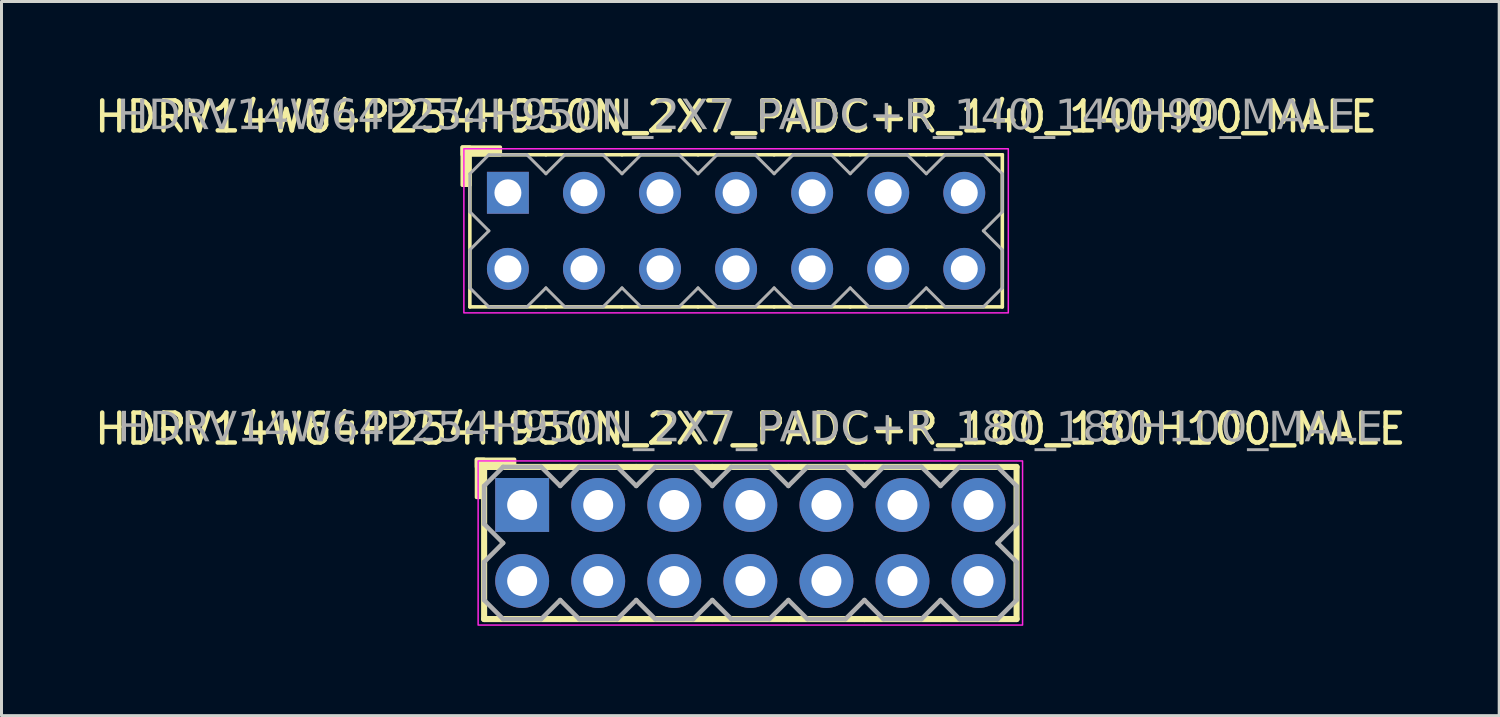
<source format=kicad_pcb>
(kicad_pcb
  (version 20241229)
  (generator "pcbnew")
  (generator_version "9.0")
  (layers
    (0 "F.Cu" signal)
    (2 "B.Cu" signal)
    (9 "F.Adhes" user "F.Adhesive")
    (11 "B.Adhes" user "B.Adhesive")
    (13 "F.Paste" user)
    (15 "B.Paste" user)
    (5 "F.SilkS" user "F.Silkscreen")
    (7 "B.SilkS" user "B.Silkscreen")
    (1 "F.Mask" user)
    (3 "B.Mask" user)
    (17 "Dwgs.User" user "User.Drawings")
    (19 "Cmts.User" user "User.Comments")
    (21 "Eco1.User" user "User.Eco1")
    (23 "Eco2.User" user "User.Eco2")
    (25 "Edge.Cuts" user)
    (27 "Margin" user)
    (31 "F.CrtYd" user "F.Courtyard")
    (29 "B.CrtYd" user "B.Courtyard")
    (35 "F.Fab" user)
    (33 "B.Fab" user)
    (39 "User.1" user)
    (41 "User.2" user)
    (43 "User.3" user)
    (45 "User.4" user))
  (footprint "HDRV14W64P254H950N_2X7_PADC+R_140_140H90_MALE"
    (layer "F.Cu")
    (at 21.53 4.658)
    (property "Reference" "HDRV14W64P254H950N_2X7_PADC+R_140_140H90_MALE" (at 0 -3.81 0) (layer "F.SilkS") (effects (font (size 1 1) (thickness 0.15))))
    (attr through_hole)
    (fp_line (start -8.89 2.54) (end -8.89 -2.54) (stroke (width 0.12) (type solid)) (layer "F.SilkS"))
    (fp_line (start -6.35 -2.54) (end -8.89 -2.54) (stroke (width 0.12) (type solid)) (layer "F.SilkS"))
    (fp_line (start -6.35 2.54) (end -8.89 2.54) (stroke (width 0.12) (type solid)) (layer "F.SilkS"))
    (fp_line (start -3.81 -2.54) (end -6.35 -2.54) (stroke (width 0.12) (type solid)) (layer "F.SilkS"))
    (fp_line (start -3.81 2.54) (end -6.35 2.54) (stroke (width 0.12) (type solid)) (layer "F.SilkS"))
    (fp_line (start -1.27 -2.54) (end -3.81 -2.54) (stroke (width 0.12) (type solid)) (layer "F.SilkS"))
    (fp_line (start -1.27 2.54) (end -3.81 2.54) (stroke (width 0.12) (type solid)) (layer "F.SilkS"))
    (fp_line (start 1.27 -2.54) (end -1.27 -2.54) (stroke (width 0.12) (type solid)) (layer "F.SilkS"))
    (fp_line (start 1.27 2.54) (end -1.27 2.54) (stroke (width 0.12) (type solid)) (layer "F.SilkS"))
    (fp_line (start 3.81 -2.54) (end 1.27 -2.54) (stroke (width 0.12) (type solid)) (layer "F.SilkS"))
    (fp_line (start 3.81 2.54) (end 1.27 2.54) (stroke (width 0.12) (type solid)) (layer "F.SilkS"))
    (fp_line (start 6.35 -2.54) (end 3.81 -2.54) (stroke (width 0.12) (type solid)) (layer "F.SilkS"))
    (fp_line (start 6.35 2.54) (end 3.81 2.54) (stroke (width 0.12) (type solid)) (layer "F.SilkS"))
    (fp_line (start 8.89 -2.54) (end 6.35 -2.54) (stroke (width 0.12) (type solid)) (layer "F.SilkS"))
    (fp_line (start 8.89 2.54) (end 6.35 2.54) (stroke (width 0.12) (type solid)) (layer "F.SilkS"))
    (fp_line (start 8.89 2.54) (end 8.89 -2.54) (stroke (width 0.12) (type solid)) (layer "F.SilkS"))
    (fp_rect (start -9.144 -1.524) (end -8.89 -2.794) (stroke (width 0.12) (type solid)) (fill yes) (layer "F.SilkS"))
    (fp_rect (start -7.874 -2.54) (end -9.144 -2.794) (stroke (width 0.12) (type solid)) (fill yes) (layer "F.SilkS"))
    (fp_rect (start -9.09 -2.74) (end 9.09 2.74) (stroke (width 0.05) (type default)) (fill no) (layer "F.CrtYd"))
    (fp_line (start -8.89 -1.905) (end -8.89 -0.635) (stroke (width 0.1) (type solid)) (layer "F.Fab"))
    (fp_line (start -8.89 -1.905) (end -8.255 -2.54) (stroke (width 0.1) (type solid)) (layer "F.Fab"))
    (fp_line (start -8.89 0.635) (end -8.89 1.905) (stroke (width 0.1) (type solid)) (layer "F.Fab"))
    (fp_line (start -8.255 -2.54) (end -6.985 -2.54) (stroke (width 0.1) (type solid)) (layer "F.Fab"))
    (fp_line (start -8.255 0) (end -8.89 -0.635) (stroke (width 0.1) (type solid)) (layer "F.Fab"))
    (fp_line (start -8.255 0) (end -8.89 0.635) (stroke (width 0.1) (type solid)) (layer "F.Fab"))
    (fp_line (start -8.255 2.54) (end -8.89 1.905) (stroke (width 0.1) (type solid)) (layer "F.Fab"))
    (fp_line (start -6.985 -2.54) (end -6.35 -1.905) (stroke (width 0.1) (type solid)) (layer "F.Fab"))
    (fp_line (start -6.985 2.54) (end -8.255 2.54) (stroke (width 0.1) (type solid)) (layer "F.Fab"))
    (fp_line (start -6.35 -1.905) (end -5.715 -2.54) (stroke (width 0.1) (type solid)) (layer "F.Fab"))
    (fp_line (start -6.35 1.905) (end -6.985 2.54) (stroke (width 0.1) (type solid)) (layer "F.Fab"))
    (fp_line (start -5.715 -2.54) (end -4.445 -2.54) (stroke (width 0.1) (type solid)) (layer "F.Fab"))
    (fp_line (start -5.715 2.54) (end -6.35 1.905) (stroke (width 0.1) (type solid)) (layer "F.Fab"))
    (fp_line (start -4.445 -2.54) (end -3.81 -1.905) (stroke (width 0.1) (type solid)) (layer "F.Fab"))
    (fp_line (start -4.445 2.54) (end -5.715 2.54) (stroke (width 0.1) (type solid)) (layer "F.Fab"))
    (fp_line (start -3.81 -1.905) (end -3.175 -2.54) (stroke (width 0.1) (type solid)) (layer "F.Fab"))
    (fp_line (start -3.81 1.905) (end -4.445 2.54) (stroke (width 0.1) (type solid)) (layer "F.Fab"))
    (fp_line (start -3.175 -2.54) (end -1.905 -2.54) (stroke (width 0.1) (type solid)) (layer "F.Fab"))
    (fp_line (start -3.175 2.54) (end -3.81 1.905) (stroke (width 0.1) (type solid)) (layer "F.Fab"))
    (fp_line (start -1.905 -2.54) (end -1.27 -1.905) (stroke (width 0.1) (type solid)) (layer "F.Fab"))
    (fp_line (start -1.905 2.54) (end -3.175 2.54) (stroke (width 0.1) (type solid)) (layer "F.Fab"))
    (fp_line (start -1.27 -1.905) (end -0.635 -2.54) (stroke (width 0.1) (type solid)) (layer "F.Fab"))
    (fp_line (start -1.27 1.905) (end -1.905 2.54) (stroke (width 0.1) (type solid)) (layer "F.Fab"))
    (fp_line (start -0.635 -2.54) (end 0.635 -2.54) (stroke (width 0.1) (type solid)) (layer "F.Fab"))
    (fp_line (start -0.635 2.54) (end -1.27 1.905) (stroke (width 0.1) (type solid)) (layer "F.Fab"))
    (fp_line (start 0.635 -2.54) (end 1.27 -1.905) (stroke (width 0.1) (type solid)) (layer "F.Fab"))
    (fp_line (start 0.635 2.54) (end -0.635 2.54) (stroke (width 0.1) (type solid)) (layer "F.Fab"))
    (fp_line (start 1.27 -1.905) (end 1.905 -2.54) (stroke (width 0.1) (type solid)) (layer "F.Fab"))
    (fp_line (start 1.27 1.905) (end 0.635 2.54) (stroke (width 0.1) (type solid)) (layer "F.Fab"))
    (fp_line (start 1.905 -2.54) (end 3.175 -2.54) (stroke (width 0.1) (type solid)) (layer "F.Fab"))
    (fp_line (start 1.905 2.54) (end 1.27 1.905) (stroke (width 0.1) (type solid)) (layer "F.Fab"))
    (fp_line (start 3.175 -2.54) (end 3.81 -1.905) (stroke (width 0.1) (type solid)) (layer "F.Fab"))
    (fp_line (start 3.175 2.54) (end 1.905 2.54) (stroke (width 0.1) (type solid)) (layer "F.Fab"))
    (fp_line (start 3.81 -1.905) (end 4.445 -2.54) (stroke (width 0.1) (type solid)) (layer "F.Fab"))
    (fp_line (start 3.81 1.905) (end 3.175 2.54) (stroke (width 0.1) (type solid)) (layer "F.Fab"))
    (fp_line (start 4.445 -2.54) (end 5.715 -2.54) (stroke (width 0.1) (type solid)) (layer "F.Fab"))
    (fp_line (start 4.445 2.54) (end 3.81 1.905) (stroke (width 0.1) (type solid)) (layer "F.Fab"))
    (fp_line (start 5.715 -2.54) (end 6.35 -1.905) (stroke (width 0.1) (type solid)) (layer "F.Fab"))
    (fp_line (start 5.715 2.54) (end 4.445 2.54) (stroke (width 0.1) (type solid)) (layer "F.Fab"))
    (fp_line (start 6.35 -1.905) (end 6.985 -2.54) (stroke (width 0.1) (type solid)) (layer "F.Fab"))
    (fp_line (start 6.35 1.905) (end 5.715 2.54) (stroke (width 0.1) (type solid)) (layer "F.Fab"))
    (fp_line (start 6.985 -2.54) (end 8.255 -2.54) (stroke (width 0.1) (type solid)) (layer "F.Fab"))
    (fp_line (start 6.985 2.54) (end 6.35 1.905) (stroke (width 0.1) (type solid)) (layer "F.Fab"))
    (fp_line (start 8.255 -2.54) (end 8.89 -1.905) (stroke (width 0.1) (type solid)) (layer "F.Fab"))
    (fp_line (start 8.255 0) (end 8.89 0.635) (stroke (width 0.1) (type solid)) (layer "F.Fab"))
    (fp_line (start 8.255 2.54) (end 6.985 2.54) (stroke (width 0.1) (type solid)) (layer "F.Fab"))
    (fp_line (start 8.89 -1.905) (end 8.89 -0.635) (stroke (width 0.1) (type solid)) (layer "F.Fab"))
    (fp_line (start 8.89 -0.635) (end 8.255 0) (stroke (width 0.1) (type solid)) (layer "F.Fab"))
    (fp_line (start 8.89 0.635) (end 8.89 1.905) (stroke (width 0.1) (type solid)) (layer "F.Fab"))
    (fp_line (start 8.89 1.905) (end 8.255 2.54) (stroke (width 0.1) (type solid)) (layer "F.Fab"))
    (fp_rect (start -7.366 -1.524) (end -7.874 -1.016) (stroke (width 0.1) (type solid)) (fill no) (layer "F.Fab"))
    (fp_rect (start -7.366 1.016) (end -7.874 1.524) (stroke (width 0.1) (type solid)) (fill no) (layer "F.Fab"))
    (fp_rect (start -4.826 -1.524) (end -5.334 -1.016) (stroke (width 0.1) (type solid)) (fill no) (layer "F.Fab"))
    (fp_rect (start -4.826 1.016) (end -5.334 1.524) (stroke (width 0.1) (type solid)) (fill no) (layer "F.Fab"))
    (fp_rect (start -2.286 -1.524) (end -2.794 -1.016) (stroke (width 0.1) (type solid)) (fill no) (layer "F.Fab"))
    (fp_rect (start -2.286 1.016) (end -2.794 1.524) (stroke (width 0.1) (type solid)) (fill no) (layer "F.Fab"))
    (fp_rect (start 0.254 -1.524) (end -0.254 -1.016) (stroke (width 0.1) (type solid)) (fill no) (layer "F.Fab"))
    (fp_rect (start 0.254 1.016) (end -0.254 1.524) (stroke (width 0.1) (type solid)) (fill no) (layer "F.Fab"))
    (fp_rect (start 2.794 -1.524) (end 2.286 -1.016) (stroke (width 0.1) (type solid)) (fill no) (layer "F.Fab"))
    (fp_rect (start 2.794 1.016) (end 2.286 1.524) (stroke (width 0.1) (type solid)) (fill no) (layer "F.Fab"))
    (fp_rect (start 5.334 -1.524) (end 4.826 -1.016) (stroke (width 0.1) (type solid)) (fill no) (layer "F.Fab"))
    (fp_rect (start 5.334 1.016) (end 4.826 1.524) (stroke (width 0.1) (type solid)) (fill no) (layer "F.Fab"))
    (fp_rect (start 7.874 -1.524) (end 7.366 -1.016) (stroke (width 0.1) (type solid)) (fill no) (layer "F.Fab"))
    (fp_rect (start 7.874 1.016) (end 7.366 1.524) (stroke (width 0.1) (type solid)) (fill no) (layer "F.Fab"))
    (fp_text user "${REFERENCE}" (at 0 -3.81 0) (layer "F.Fab") (effects (font (face "Tahoma") (size 1 1) (thickness 0.15))))
    (pad "1" thru_hole rect (at -7.62 -1.27) (size 1.4 1.4) (drill 0.9) (layers "*.Cu" "*.Mask"))
    (pad "2" thru_hole circle (at -7.62 1.27) (size 1.4 1.4) (drill 0.9) (layers "*.Cu" "*.Mask"))
    (pad "3" thru_hole circle (at -5.08 -1.27) (size 1.4 1.4) (drill 0.9) (layers "*.Cu" "*.Mask"))
    (pad "4" thru_hole circle (at -5.08 1.27) (size 1.4 1.4) (drill 0.9) (layers "*.Cu" "*.Mask"))
    (pad "5" thru_hole circle (at -2.54 -1.27) (size 1.4 1.4) (drill 0.9) (layers "*.Cu" "*.Mask"))
    (pad "6" thru_hole circle (at -2.54 1.27) (size 1.4 1.4) (drill 0.9) (layers "*.Cu" "*.Mask"))
    (pad "7" thru_hole circle (at 0 -1.27) (size 1.4 1.4) (drill 0.9) (layers "*.Cu" "*.Mask"))
    (pad "8" thru_hole circle (at 0 1.27) (size 1.4 1.4) (drill 0.9) (layers "*.Cu" "*.Mask"))
    (pad "9" thru_hole circle (at 2.54 -1.27) (size 1.4 1.4) (drill 0.9) (layers "*.Cu" "*.Mask"))
    (pad "10" thru_hole circle (at 2.54 1.27) (size 1.4 1.4) (drill 0.9) (layers "*.Cu" "*.Mask"))
    (pad "11" thru_hole circle (at 5.08 -1.27) (size 1.4 1.4) (drill 0.9) (layers "*.Cu" "*.Mask"))
    (pad "12" thru_hole circle (at 5.08 1.27) (size 1.4 1.4) (drill 0.9) (layers "*.Cu" "*.Mask"))
    (pad "13" thru_hole circle (at 7.62 -1.27) (size 1.4 1.4) (drill 0.9) (layers "*.Cu" "*.Mask"))
    (pad "14" thru_hole circle (at 7.62 1.27) (size 1.4 1.4) (drill 0.9) (layers "*.Cu" "*.Mask")))
  (footprint "HDRV14W64P254H950N_2X7_PADC+R_180_180H100_MALE"
    (layer "F.Cu")
    (at 22.006 15.082)
    (property "Reference" "HDRV14W64P254H950N_2X7_PADC+R_180_180H100_MALE" (at 0 -3.81 0) (layer "F.SilkS") (effects (font (size 1 1) (thickness 0.15))))
    (attr through_hole)
    (fp_line (start -8.89 2.54) (end -8.89 -2.54) (stroke (width 0.203) (type solid)) (layer "F.SilkS"))
    (fp_line (start -6.35 -2.54) (end -8.89 -2.54) (stroke (width 0.203) (type solid)) (layer "F.SilkS"))
    (fp_line (start -6.35 2.54) (end -8.89 2.54) (stroke (width 0.203) (type solid)) (layer "F.SilkS"))
    (fp_line (start -3.81 -2.54) (end -6.35 -2.54) (stroke (width 0.203) (type solid)) (layer "F.SilkS"))
    (fp_line (start -3.81 2.54) (end -6.35 2.54) (stroke (width 0.203) (type solid)) (layer "F.SilkS"))
    (fp_line (start -1.27 -2.54) (end -3.81 -2.54) (stroke (width 0.203) (type solid)) (layer "F.SilkS"))
    (fp_line (start -1.27 2.54) (end -3.81 2.54) (stroke (width 0.203) (type solid)) (layer "F.SilkS"))
    (fp_line (start 1.27 -2.54) (end -1.27 -2.54) (stroke (width 0.203) (type solid)) (layer "F.SilkS"))
    (fp_line (start 1.27 2.54) (end -1.27 2.54) (stroke (width 0.203) (type solid)) (layer "F.SilkS"))
    (fp_line (start 3.81 -2.54) (end 1.27 -2.54) (stroke (width 0.203) (type solid)) (layer "F.SilkS"))
    (fp_line (start 3.81 2.54) (end 1.27 2.54) (stroke (width 0.203) (type solid)) (layer "F.SilkS"))
    (fp_line (start 6.35 -2.54) (end 3.81 -2.54) (stroke (width 0.203) (type solid)) (layer "F.SilkS"))
    (fp_line (start 6.35 2.54) (end 3.81 2.54) (stroke (width 0.203) (type solid)) (layer "F.SilkS"))
    (fp_line (start 8.89 -2.54) (end 6.35 -2.54) (stroke (width 0.203) (type solid)) (layer "F.SilkS"))
    (fp_line (start 8.89 2.54) (end 6.35 2.54) (stroke (width 0.203) (type solid)) (layer "F.SilkS"))
    (fp_line (start 8.89 2.54) (end 8.89 -2.54) (stroke (width 0.203) (type solid)) (layer "F.SilkS"))
    (fp_rect (start -9.144 -1.524) (end -8.89 -2.794) (stroke (width 0.12) (type solid)) (fill yes) (layer "F.SilkS"))
    (fp_rect (start -7.874 -2.54) (end -9.144 -2.794) (stroke (width 0.12) (type solid)) (fill yes) (layer "F.SilkS"))
    (fp_rect (start -9.09 -2.74) (end 9.09 2.74) (stroke (width 0.05) (type default)) (fill no) (layer "F.CrtYd"))
    (fp_line (start -8.89 -1.905) (end -8.89 -0.635) (stroke (width 0.152) (type solid)) (layer "F.Fab"))
    (fp_line (start -8.89 -1.905) (end -8.255 -2.54) (stroke (width 0.152) (type solid)) (layer "F.Fab"))
    (fp_line (start -8.89 0.635) (end -8.89 1.905) (stroke (width 0.152) (type solid)) (layer "F.Fab"))
    (fp_line (start -8.255 -2.54) (end -6.985 -2.54) (stroke (width 0.152) (type solid)) (layer "F.Fab"))
    (fp_line (start -8.255 0) (end -8.89 -0.635) (stroke (width 0.152) (type solid)) (layer "F.Fab"))
    (fp_line (start -8.255 0) (end -8.89 0.635) (stroke (width 0.152) (type solid)) (layer "F.Fab"))
    (fp_line (start -8.255 2.54) (end -8.89 1.905) (stroke (width 0.152) (type solid)) (layer "F.Fab"))
    (fp_line (start -6.985 -2.54) (end -6.35 -1.905) (stroke (width 0.152) (type solid)) (layer "F.Fab"))
    (fp_line (start -6.985 2.54) (end -8.255 2.54) (stroke (width 0.152) (type solid)) (layer "F.Fab"))
    (fp_line (start -6.35 -1.905) (end -5.715 -2.54) (stroke (width 0.152) (type solid)) (layer "F.Fab"))
    (fp_line (start -6.35 1.905) (end -6.985 2.54) (stroke (width 0.152) (type solid)) (layer "F.Fab"))
    (fp_line (start -5.715 -2.54) (end -4.445 -2.54) (stroke (width 0.152) (type solid)) (layer "F.Fab"))
    (fp_line (start -5.715 2.54) (end -6.35 1.905) (stroke (width 0.152) (type solid)) (layer "F.Fab"))
    (fp_line (start -4.445 -2.54) (end -3.81 -1.905) (stroke (width 0.152) (type solid)) (layer "F.Fab"))
    (fp_line (start -4.445 2.54) (end -5.715 2.54) (stroke (width 0.152) (type solid)) (layer "F.Fab"))
    (fp_line (start -3.81 -1.905) (end -3.175 -2.54) (stroke (width 0.152) (type solid)) (layer "F.Fab"))
    (fp_line (start -3.81 1.905) (end -4.445 2.54) (stroke (width 0.152) (type solid)) (layer "F.Fab"))
    (fp_line (start -3.175 -2.54) (end -1.905 -2.54) (stroke (width 0.152) (type solid)) (layer "F.Fab"))
    (fp_line (start -3.175 2.54) (end -3.81 1.905) (stroke (width 0.152) (type solid)) (layer "F.Fab"))
    (fp_line (start -1.905 -2.54) (end -1.27 -1.905) (stroke (width 0.152) (type solid)) (layer "F.Fab"))
    (fp_line (start -1.905 2.54) (end -3.175 2.54) (stroke (width 0.152) (type solid)) (layer "F.Fab"))
    (fp_line (start -1.27 -1.905) (end -0.635 -2.54) (stroke (width 0.152) (type solid)) (layer "F.Fab"))
    (fp_line (start -1.27 1.905) (end -1.905 2.54) (stroke (width 0.152) (type solid)) (layer "F.Fab"))
    (fp_line (start -0.635 -2.54) (end 0.635 -2.54) (stroke (width 0.152) (type solid)) (layer "F.Fab"))
    (fp_line (start -0.635 2.54) (end -1.27 1.905) (stroke (width 0.152) (type solid)) (layer "F.Fab"))
    (fp_line (start 0.635 -2.54) (end 1.27 -1.905) (stroke (width 0.152) (type solid)) (layer "F.Fab"))
    (fp_line (start 0.635 2.54) (end -0.635 2.54) (stroke (width 0.152) (type solid)) (layer "F.Fab"))
    (fp_line (start 1.27 -1.905) (end 1.905 -2.54) (stroke (width 0.152) (type solid)) (layer "F.Fab"))
    (fp_line (start 1.27 1.905) (end 0.635 2.54) (stroke (width 0.152) (type solid)) (layer "F.Fab"))
    (fp_line (start 1.905 -2.54) (end 3.175 -2.54) (stroke (width 0.152) (type solid)) (layer "F.Fab"))
    (fp_line (start 1.905 2.54) (end 1.27 1.905) (stroke (width 0.152) (type solid)) (layer "F.Fab"))
    (fp_line (start 3.175 -2.54) (end 3.81 -1.905) (stroke (width 0.152) (type solid)) (layer "F.Fab"))
    (fp_line (start 3.175 2.54) (end 1.905 2.54) (stroke (width 0.152) (type solid)) (layer "F.Fab"))
    (fp_line (start 3.81 -1.905) (end 4.445 -2.54) (stroke (width 0.152) (type solid)) (layer "F.Fab"))
    (fp_line (start 3.81 1.905) (end 3.175 2.54) (stroke (width 0.152) (type solid)) (layer "F.Fab"))
    (fp_line (start 4.445 -2.54) (end 5.715 -2.54) (stroke (width 0.152) (type solid)) (layer "F.Fab"))
    (fp_line (start 4.445 2.54) (end 3.81 1.905) (stroke (width 0.152) (type solid)) (layer "F.Fab"))
    (fp_line (start 5.715 -2.54) (end 6.35 -1.905) (stroke (width 0.152) (type solid)) (layer "F.Fab"))
    (fp_line (start 5.715 2.54) (end 4.445 2.54) (stroke (width 0.152) (type solid)) (layer "F.Fab"))
    (fp_line (start 6.35 -1.905) (end 6.985 -2.54) (stroke (width 0.152) (type solid)) (layer "F.Fab"))
    (fp_line (start 6.35 1.905) (end 5.715 2.54) (stroke (width 0.152) (type solid)) (layer "F.Fab"))
    (fp_line (start 6.985 -2.54) (end 8.255 -2.54) (stroke (width 0.152) (type solid)) (layer "F.Fab"))
    (fp_line (start 6.985 2.54) (end 6.35 1.905) (stroke (width 0.152) (type solid)) (layer "F.Fab"))
    (fp_line (start 8.255 -2.54) (end 8.89 -1.905) (stroke (width 0.152) (type solid)) (layer "F.Fab"))
    (fp_line (start 8.255 0) (end 8.89 0.635) (stroke (width 0.152) (type solid)) (layer "F.Fab"))
    (fp_line (start 8.255 2.54) (end 6.985 2.54) (stroke (width 0.152) (type solid)) (layer "F.Fab"))
    (fp_line (start 8.89 -1.905) (end 8.89 -0.635) (stroke (width 0.152) (type solid)) (layer "F.Fab"))
    (fp_line (start 8.89 -0.635) (end 8.255 0) (stroke (width 0.152) (type solid)) (layer "F.Fab"))
    (fp_line (start 8.89 0.635) (end 8.89 1.905) (stroke (width 0.152) (type solid)) (layer "F.Fab"))
    (fp_line (start 8.89 1.905) (end 8.255 2.54) (stroke (width 0.152) (type solid)) (layer "F.Fab"))
    (fp_rect (start -7.366 -1.524) (end -7.874 -1.016) (stroke (width 0.152) (type solid)) (fill no) (layer "F.Fab"))
    (fp_rect (start -7.366 1.016) (end -7.874 1.524) (stroke (width 0.152) (type solid)) (fill no) (layer "F.Fab"))
    (fp_rect (start -4.826 -1.524) (end -5.334 -1.016) (stroke (width 0.152) (type solid)) (fill no) (layer "F.Fab"))
    (fp_rect (start -4.826 1.016) (end -5.334 1.524) (stroke (width 0.152) (type solid)) (fill no) (layer "F.Fab"))
    (fp_rect (start -2.286 -1.524) (end -2.794 -1.016) (stroke (width 0.152) (type solid)) (fill no) (layer "F.Fab"))
    (fp_rect (start -2.286 1.016) (end -2.794 1.524) (stroke (width 0.152) (type solid)) (fill no) (layer "F.Fab"))
    (fp_rect (start 0.254 -1.524) (end -0.254 -1.016) (stroke (width 0.152) (type solid)) (fill no) (layer "F.Fab"))
    (fp_rect (start 0.254 1.016) (end -0.254 1.524) (stroke (width 0.152) (type solid)) (fill no) (layer "F.Fab"))
    (fp_rect (start 2.794 -1.524) (end 2.286 -1.016) (stroke (width 0.152) (type solid)) (fill no) (layer "F.Fab"))
    (fp_rect (start 2.794 1.016) (end 2.286 1.524) (stroke (width 0.152) (type solid)) (fill no) (layer "F.Fab"))
    (fp_rect (start 5.334 -1.524) (end 4.826 -1.016) (stroke (width 0.152) (type solid)) (fill no) (layer "F.Fab"))
    (fp_rect (start 5.334 1.016) (end 4.826 1.524) (stroke (width 0.152) (type solid)) (fill no) (layer "F.Fab"))
    (fp_rect (start 7.874 -1.524) (end 7.366 -1.016) (stroke (width 0.152) (type solid)) (fill no) (layer "F.Fab"))
    (fp_rect (start 7.874 1.016) (end 7.366 1.524) (stroke (width 0.152) (type solid)) (fill no) (layer "F.Fab"))
    (fp_text user "${REFERENCE}" (at 0 -3.81 0) (layer "F.Fab") (effects (font (face "Tahoma") (size 1 1) (thickness 0.15))))
    (pad "1" thru_hole rect (at -7.62 -1.27) (size 1.8 1.8) (drill 1) (layers "*.Cu" "*.Mask"))
    (pad "2" thru_hole circle (at -7.62 1.27) (size 1.8 1.8) (drill 1) (layers "*.Cu" "*.Mask"))
    (pad "3" thru_hole circle (at -5.08 -1.27) (size 1.8 1.8) (drill 1) (layers "*.Cu" "*.Mask"))
    (pad "4" thru_hole circle (at -5.08 1.27) (size 1.8 1.8) (drill 1) (layers "*.Cu" "*.Mask"))
    (pad "5" thru_hole circle (at -2.54 -1.27) (size 1.8 1.8) (drill 1) (layers "*.Cu" "*.Mask"))
    (pad "6" thru_hole circle (at -2.54 1.27) (size 1.8 1.8) (drill 1) (layers "*.Cu" "*.Mask"))
    (pad "7" thru_hole circle (at 0 -1.27) (size 1.8 1.8) (drill 1) (layers "*.Cu" "*.Mask"))
    (pad "8" thru_hole circle (at 0 1.27) (size 1.8 1.8) (drill 1) (layers "*.Cu" "*.Mask"))
    (pad "9" thru_hole circle (at 2.54 -1.27) (size 1.8 1.8) (drill 1) (layers "*.Cu" "*.Mask"))
    (pad "10" thru_hole circle (at 2.54 1.27) (size 1.8 1.8) (drill 1) (layers "*.Cu" "*.Mask"))
    (pad "11" thru_hole circle (at 5.08 -1.27) (size 1.8 1.8) (drill 1) (layers "*.Cu" "*.Mask"))
    (pad "12" thru_hole circle (at 5.08 1.27) (size 1.8 1.8) (drill 1) (layers "*.Cu" "*.Mask"))
    (pad "13" thru_hole circle (at 7.62 -1.27) (size 1.8 1.8) (drill 1) (layers "*.Cu" "*.Mask"))
    (pad "14" thru_hole circle (at 7.62 1.27) (size 1.8 1.8) (drill 1) (layers "*.Cu" "*.Mask")))
  (gr_rect
    (start -3 -3)
    (end 47.012 20.846)
    (stroke (width 0.1) (type default))
    (fill no)
    (layer "Edge.Cuts")))
</source>
